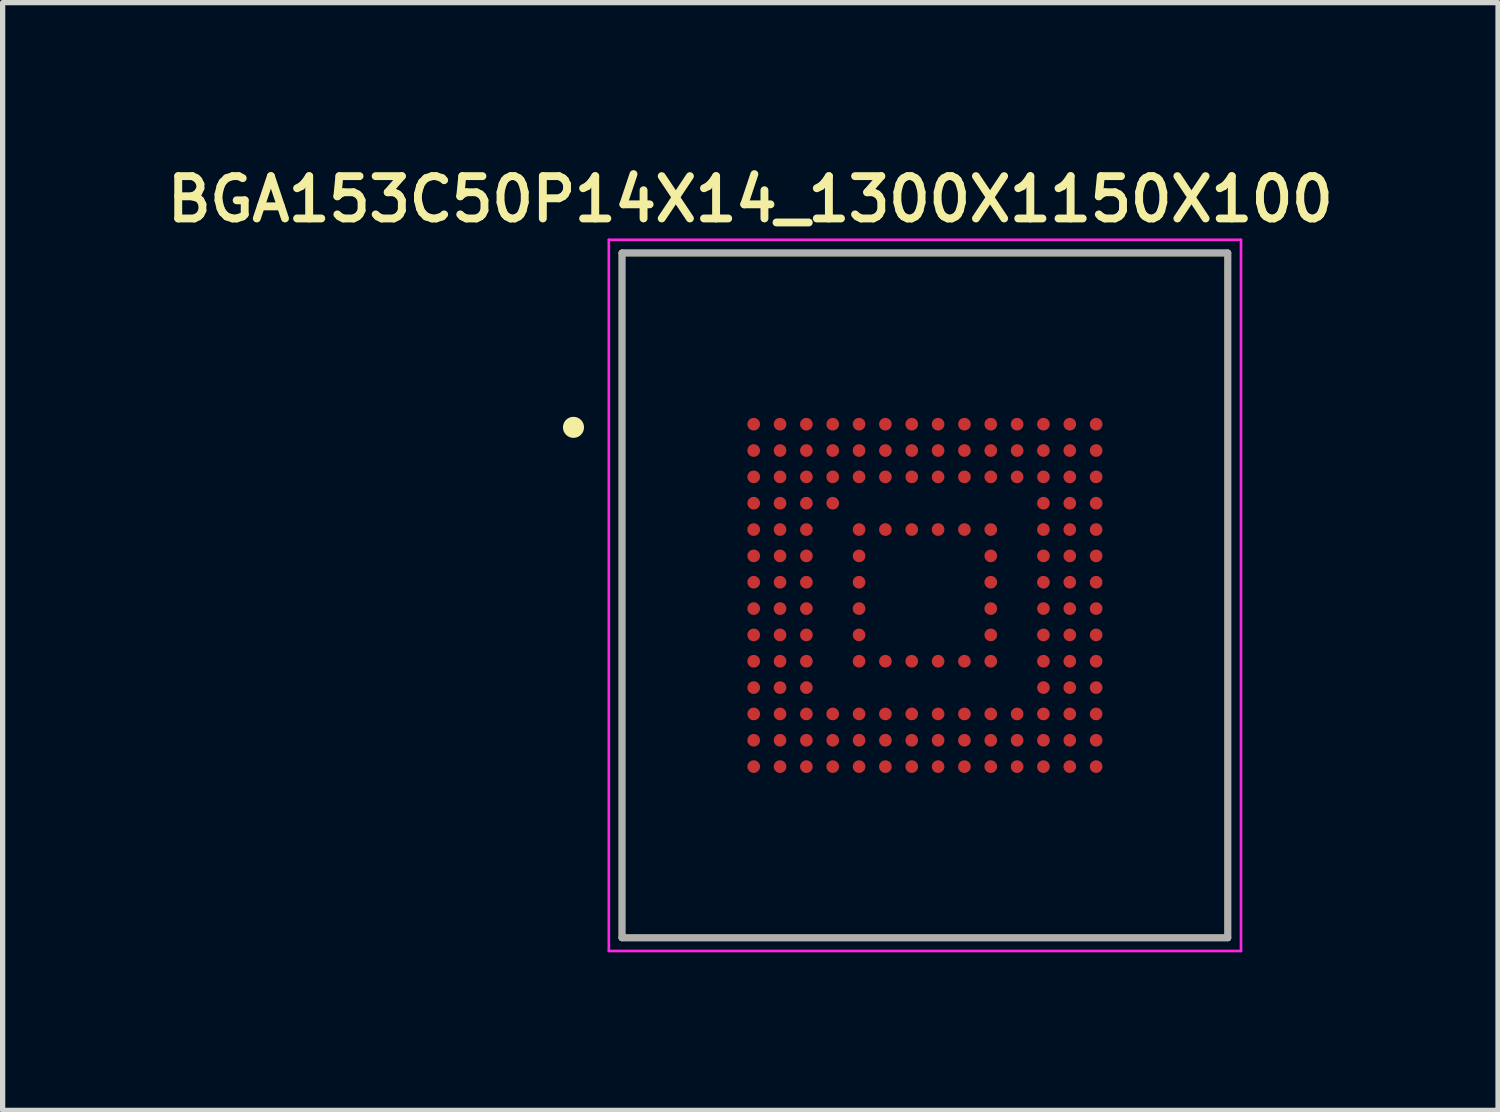
<source format=kicad_pcb>
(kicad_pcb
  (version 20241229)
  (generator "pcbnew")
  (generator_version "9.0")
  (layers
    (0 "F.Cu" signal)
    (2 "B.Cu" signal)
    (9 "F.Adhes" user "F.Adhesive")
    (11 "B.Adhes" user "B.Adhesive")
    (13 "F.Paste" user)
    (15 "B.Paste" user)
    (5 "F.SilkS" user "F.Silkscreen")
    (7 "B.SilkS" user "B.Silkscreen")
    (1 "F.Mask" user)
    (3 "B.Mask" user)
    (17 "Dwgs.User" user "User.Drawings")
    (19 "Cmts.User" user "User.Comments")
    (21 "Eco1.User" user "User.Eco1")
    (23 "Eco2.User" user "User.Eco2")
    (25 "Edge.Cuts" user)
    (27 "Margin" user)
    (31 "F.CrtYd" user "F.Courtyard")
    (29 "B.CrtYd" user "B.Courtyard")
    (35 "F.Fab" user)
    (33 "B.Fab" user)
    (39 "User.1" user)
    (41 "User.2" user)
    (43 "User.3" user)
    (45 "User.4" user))
  (footprint "BGA153C50P14X14_1300X1150X100"
    (layer "F.Cu")
    (at 14.507 8.252)
    (property "Reference" "BGA153C50P14X14_1300X1150X100" (at -3.314 -7.519 0) (layer "F.SilkS") (effects (font (size 0.803 0.803) (thickness 0.15))))
    (attr through_hole)
    (fp_line (start -5.75 -6.5) (end -5.75 6.5) (stroke (width 0.127) (type solid)) (layer "F.SilkS"))
    (fp_line (start -5.75 6.5) (end 5.75 6.5) (stroke (width 0.127) (type solid)) (layer "F.SilkS"))
    (fp_line (start 5.75 -6.5) (end -5.75 -6.5) (stroke (width 0.127) (type solid)) (layer "F.SilkS"))
    (fp_line (start 5.75 6.5) (end 5.75 -6.5) (stroke (width 0.127) (type solid)) (layer "F.SilkS"))
    (fp_circle (center -6.671 -3.19) (end -6.571 -3.19) (stroke (width 0.2) (type solid)) (fill no) (layer "F.SilkS"))
    (fp_line (start -6 -6.75) (end -6 6.75) (stroke (width 0.05) (type solid)) (layer "F.CrtYd"))
    (fp_line (start -6 6.75) (end 6 6.75) (stroke (width 0.05) (type solid)) (layer "F.CrtYd"))
    (fp_line (start 6 -6.75) (end -6 -6.75) (stroke (width 0.05) (type solid)) (layer "F.CrtYd"))
    (fp_line (start 6 6.75) (end 6 -6.75) (stroke (width 0.05) (type solid)) (layer "F.CrtYd"))
    (fp_line (start -5.75 -6.5) (end -5.75 6.5) (stroke (width 0.127) (type solid)) (layer "F.Fab"))
    (fp_line (start -5.75 6.5) (end 5.75 6.5) (stroke (width 0.127) (type solid)) (layer "F.Fab"))
    (fp_line (start 5.75 -6.5) (end -5.75 -6.5) (stroke (width 0.127) (type solid)) (layer "F.Fab"))
    (fp_line (start 5.75 6.5) (end 5.75 -6.5) (stroke (width 0.127) (type solid)) (layer "F.Fab"))
    (pad "A1" smd circle (at -3.25 -3.25) (size 0.24 0.24) (layers "F.Cu" "F.Mask" "F.Paste"))
    (pad "A2" smd circle (at -2.75 -3.25) (size 0.24 0.24) (layers "F.Cu" "F.Mask" "F.Paste"))
    (pad "A3" smd circle (at -2.25 -3.25) (size 0.24 0.24) (layers "F.Cu" "F.Mask" "F.Paste"))
    (pad "A4" smd circle (at -1.75 -3.25) (size 0.24 0.24) (layers "F.Cu" "F.Mask" "F.Paste"))
    (pad "A5" smd circle (at -1.25 -3.25) (size 0.24 0.24) (layers "F.Cu" "F.Mask" "F.Paste"))
    (pad "A6" smd circle (at -0.75 -3.25) (size 0.24 0.24) (layers "F.Cu" "F.Mask" "F.Paste"))
    (pad "A7" smd circle (at -0.25 -3.25) (size 0.24 0.24) (layers "F.Cu" "F.Mask" "F.Paste"))
    (pad "A8" smd circle (at 0.25 -3.25) (size 0.24 0.24) (layers "F.Cu" "F.Mask" "F.Paste"))
    (pad "A9" smd circle (at 0.75 -3.25) (size 0.24 0.24) (layers "F.Cu" "F.Mask" "F.Paste"))
    (pad "A10" smd circle (at 1.25 -3.25) (size 0.24 0.24) (layers "F.Cu" "F.Mask" "F.Paste"))
    (pad "A11" smd circle (at 1.75 -3.25) (size 0.24 0.24) (layers "F.Cu" "F.Mask" "F.Paste"))
    (pad "A12" smd circle (at 2.25 -3.25) (size 0.24 0.24) (layers "F.Cu" "F.Mask" "F.Paste"))
    (pad "A13" smd circle (at 2.75 -3.25) (size 0.24 0.24) (layers "F.Cu" "F.Mask" "F.Paste"))
    (pad "A14" smd circle (at 3.25 -3.25) (size 0.24 0.24) (layers "F.Cu" "F.Mask" "F.Paste"))
    (pad "B1" smd circle (at -3.25 -2.75) (size 0.24 0.24) (layers "F.Cu" "F.Mask" "F.Paste"))
    (pad "B2" smd circle (at -2.75 -2.75) (size 0.24 0.24) (layers "F.Cu" "F.Mask" "F.Paste"))
    (pad "B3" smd circle (at -2.25 -2.75) (size 0.24 0.24) (layers "F.Cu" "F.Mask" "F.Paste"))
    (pad "B4" smd circle (at -1.75 -2.75) (size 0.24 0.24) (layers "F.Cu" "F.Mask" "F.Paste"))
    (pad "B5" smd circle (at -1.25 -2.75) (size 0.24 0.24) (layers "F.Cu" "F.Mask" "F.Paste"))
    (pad "B6" smd circle (at -0.75 -2.75) (size 0.24 0.24) (layers "F.Cu" "F.Mask" "F.Paste"))
    (pad "B7" smd circle (at -0.25 -2.75) (size 0.24 0.24) (layers "F.Cu" "F.Mask" "F.Paste"))
    (pad "B8" smd circle (at 0.25 -2.75) (size 0.24 0.24) (layers "F.Cu" "F.Mask" "F.Paste"))
    (pad "B9" smd circle (at 0.75 -2.75) (size 0.24 0.24) (layers "F.Cu" "F.Mask" "F.Paste"))
    (pad "B10" smd circle (at 1.25 -2.75) (size 0.24 0.24) (layers "F.Cu" "F.Mask" "F.Paste"))
    (pad "B11" smd circle (at 1.75 -2.75) (size 0.24 0.24) (layers "F.Cu" "F.Mask" "F.Paste"))
    (pad "B12" smd circle (at 2.25 -2.75) (size 0.24 0.24) (layers "F.Cu" "F.Mask" "F.Paste"))
    (pad "B13" smd circle (at 2.75 -2.75) (size 0.24 0.24) (layers "F.Cu" "F.Mask" "F.Paste"))
    (pad "B14" smd circle (at 3.25 -2.75) (size 0.24 0.24) (layers "F.Cu" "F.Mask" "F.Paste"))
    (pad "C1" smd circle (at -3.25 -2.25) (size 0.24 0.24) (layers "F.Cu" "F.Mask" "F.Paste"))
    (pad "C2" smd circle (at -2.75 -2.25) (size 0.24 0.24) (layers "F.Cu" "F.Mask" "F.Paste"))
    (pad "C3" smd circle (at -2.25 -2.25) (size 0.24 0.24) (layers "F.Cu" "F.Mask" "F.Paste"))
    (pad "C4" smd circle (at -1.75 -2.25) (size 0.24 0.24) (layers "F.Cu" "F.Mask" "F.Paste"))
    (pad "C5" smd circle (at -1.25 -2.25) (size 0.24 0.24) (layers "F.Cu" "F.Mask" "F.Paste"))
    (pad "C6" smd circle (at -0.75 -2.25) (size 0.24 0.24) (layers "F.Cu" "F.Mask" "F.Paste"))
    (pad "C7" smd circle (at -0.25 -2.25) (size 0.24 0.24) (layers "F.Cu" "F.Mask" "F.Paste"))
    (pad "C8" smd circle (at 0.25 -2.25) (size 0.24 0.24) (layers "F.Cu" "F.Mask" "F.Paste"))
    (pad "C9" smd circle (at 0.75 -2.25) (size 0.24 0.24) (layers "F.Cu" "F.Mask" "F.Paste"))
    (pad "C10" smd circle (at 1.25 -2.25) (size 0.24 0.24) (layers "F.Cu" "F.Mask" "F.Paste"))
    (pad "C11" smd circle (at 1.75 -2.25) (size 0.24 0.24) (layers "F.Cu" "F.Mask" "F.Paste"))
    (pad "C12" smd circle (at 2.25 -2.25) (size 0.24 0.24) (layers "F.Cu" "F.Mask" "F.Paste"))
    (pad "C13" smd circle (at 2.75 -2.25) (size 0.24 0.24) (layers "F.Cu" "F.Mask" "F.Paste"))
    (pad "C14" smd circle (at 3.25 -2.25) (size 0.24 0.24) (layers "F.Cu" "F.Mask" "F.Paste"))
    (pad "D1" smd circle (at -3.25 -1.75) (size 0.24 0.24) (layers "F.Cu" "F.Mask" "F.Paste"))
    (pad "D2" smd circle (at -2.75 -1.75) (size 0.24 0.24) (layers "F.Cu" "F.Mask" "F.Paste"))
    (pad "D3" smd circle (at -2.25 -1.75) (size 0.24 0.24) (layers "F.Cu" "F.Mask" "F.Paste"))
    (pad "D4" smd circle (at -1.75 -1.75) (size 0.24 0.24) (layers "F.Cu" "F.Mask" "F.Paste"))
    (pad "D12" smd circle (at 2.25 -1.75) (size 0.24 0.24) (layers "F.Cu" "F.Mask" "F.Paste"))
    (pad "D13" smd circle (at 2.75 -1.75) (size 0.24 0.24) (layers "F.Cu" "F.Mask" "F.Paste"))
    (pad "D14" smd circle (at 3.25 -1.75) (size 0.24 0.24) (layers "F.Cu" "F.Mask" "F.Paste"))
    (pad "E1" smd circle (at -3.25 -1.25) (size 0.24 0.24) (layers "F.Cu" "F.Mask" "F.Paste"))
    (pad "E2" smd circle (at -2.75 -1.25) (size 0.24 0.24) (layers "F.Cu" "F.Mask" "F.Paste"))
    (pad "E3" smd circle (at -2.25 -1.25) (size 0.24 0.24) (layers "F.Cu" "F.Mask" "F.Paste"))
    (pad "E5" smd circle (at -1.25 -1.25) (size 0.24 0.24) (layers "F.Cu" "F.Mask" "F.Paste"))
    (pad "E6" smd circle (at -0.75 -1.25) (size 0.24 0.24) (layers "F.Cu" "F.Mask" "F.Paste"))
    (pad "E7" smd circle (at -0.25 -1.25) (size 0.24 0.24) (layers "F.Cu" "F.Mask" "F.Paste"))
    (pad "E8" smd circle (at 0.25 -1.25) (size 0.24 0.24) (layers "F.Cu" "F.Mask" "F.Paste"))
    (pad "E9" smd circle (at 0.75 -1.25) (size 0.24 0.24) (layers "F.Cu" "F.Mask" "F.Paste"))
    (pad "E10" smd circle (at 1.25 -1.25) (size 0.24 0.24) (layers "F.Cu" "F.Mask" "F.Paste"))
    (pad "E12" smd circle (at 2.25 -1.25) (size 0.24 0.24) (layers "F.Cu" "F.Mask" "F.Paste"))
    (pad "E13" smd circle (at 2.75 -1.25) (size 0.24 0.24) (layers "F.Cu" "F.Mask" "F.Paste"))
    (pad "E14" smd circle (at 3.25 -1.25) (size 0.24 0.24) (layers "F.Cu" "F.Mask" "F.Paste"))
    (pad "F1" smd circle (at -3.25 -0.75) (size 0.24 0.24) (layers "F.Cu" "F.Mask" "F.Paste"))
    (pad "F2" smd circle (at -2.75 -0.75) (size 0.24 0.24) (layers "F.Cu" "F.Mask" "F.Paste"))
    (pad "F3" smd circle (at -2.25 -0.75) (size 0.24 0.24) (layers "F.Cu" "F.Mask" "F.Paste"))
    (pad "F5" smd circle (at -1.25 -0.75) (size 0.24 0.24) (layers "F.Cu" "F.Mask" "F.Paste"))
    (pad "F10" smd circle (at 1.25 -0.75) (size 0.24 0.24) (layers "F.Cu" "F.Mask" "F.Paste"))
    (pad "F12" smd circle (at 2.25 -0.75) (size 0.24 0.24) (layers "F.Cu" "F.Mask" "F.Paste"))
    (pad "F13" smd circle (at 2.75 -0.75) (size 0.24 0.24) (layers "F.Cu" "F.Mask" "F.Paste"))
    (pad "F14" smd circle (at 3.25 -0.75) (size 0.24 0.24) (layers "F.Cu" "F.Mask" "F.Paste"))
    (pad "G1" smd circle (at -3.25 -0.25) (size 0.24 0.24) (layers "F.Cu" "F.Mask" "F.Paste"))
    (pad "G2" smd circle (at -2.75 -0.25) (size 0.24 0.24) (layers "F.Cu" "F.Mask" "F.Paste"))
    (pad "G3" smd circle (at -2.25 -0.25) (size 0.24 0.24) (layers "F.Cu" "F.Mask" "F.Paste"))
    (pad "G5" smd circle (at -1.25 -0.25) (size 0.24 0.24) (layers "F.Cu" "F.Mask" "F.Paste"))
    (pad "G10" smd circle (at 1.25 -0.25) (size 0.24 0.24) (layers "F.Cu" "F.Mask" "F.Paste"))
    (pad "G12" smd circle (at 2.25 -0.25) (size 0.24 0.24) (layers "F.Cu" "F.Mask" "F.Paste"))
    (pad "G13" smd circle (at 2.75 -0.25) (size 0.24 0.24) (layers "F.Cu" "F.Mask" "F.Paste"))
    (pad "G14" smd circle (at 3.25 -0.25) (size 0.24 0.24) (layers "F.Cu" "F.Mask" "F.Paste"))
    (pad "H1" smd circle (at -3.25 0.25) (size 0.24 0.24) (layers "F.Cu" "F.Mask" "F.Paste"))
    (pad "H2" smd circle (at -2.75 0.25) (size 0.24 0.24) (layers "F.Cu" "F.Mask" "F.Paste"))
    (pad "H3" smd circle (at -2.25 0.25) (size 0.24 0.24) (layers "F.Cu" "F.Mask" "F.Paste"))
    (pad "H5" smd circle (at -1.25 0.25) (size 0.24 0.24) (layers "F.Cu" "F.Mask" "F.Paste"))
    (pad "H10" smd circle (at 1.25 0.25) (size 0.24 0.24) (layers "F.Cu" "F.Mask" "F.Paste"))
    (pad "H12" smd circle (at 2.25 0.25) (size 0.24 0.24) (layers "F.Cu" "F.Mask" "F.Paste"))
    (pad "H13" smd circle (at 2.75 0.25) (size 0.24 0.24) (layers "F.Cu" "F.Mask" "F.Paste"))
    (pad "H14" smd circle (at 3.25 0.25) (size 0.24 0.24) (layers "F.Cu" "F.Mask" "F.Paste"))
    (pad "J1" smd circle (at -3.25 0.75) (size 0.24 0.24) (layers "F.Cu" "F.Mask" "F.Paste"))
    (pad "J2" smd circle (at -2.75 0.75) (size 0.24 0.24) (layers "F.Cu" "F.Mask" "F.Paste"))
    (pad "J3" smd circle (at -2.25 0.75) (size 0.24 0.24) (layers "F.Cu" "F.Mask" "F.Paste"))
    (pad "J5" smd circle (at -1.25 0.75) (size 0.24 0.24) (layers "F.Cu" "F.Mask" "F.Paste"))
    (pad "J10" smd circle (at 1.25 0.75) (size 0.24 0.24) (layers "F.Cu" "F.Mask" "F.Paste"))
    (pad "J12" smd circle (at 2.25 0.75) (size 0.24 0.24) (layers "F.Cu" "F.Mask" "F.Paste"))
    (pad "J13" smd circle (at 2.75 0.75) (size 0.24 0.24) (layers "F.Cu" "F.Mask" "F.Paste"))
    (pad "J14" smd circle (at 3.25 0.75) (size 0.24 0.24) (layers "F.Cu" "F.Mask" "F.Paste"))
    (pad "K1" smd circle (at -3.25 1.25) (size 0.24 0.24) (layers "F.Cu" "F.Mask" "F.Paste"))
    (pad "K2" smd circle (at -2.75 1.25) (size 0.24 0.24) (layers "F.Cu" "F.Mask" "F.Paste"))
    (pad "K3" smd circle (at -2.25 1.25) (size 0.24 0.24) (layers "F.Cu" "F.Mask" "F.Paste"))
    (pad "K5" smd circle (at -1.25 1.25) (size 0.24 0.24) (layers "F.Cu" "F.Mask" "F.Paste"))
    (pad "K6" smd circle (at -0.75 1.25) (size 0.24 0.24) (layers "F.Cu" "F.Mask" "F.Paste"))
    (pad "K7" smd circle (at -0.25 1.25) (size 0.24 0.24) (layers "F.Cu" "F.Mask" "F.Paste"))
    (pad "K8" smd circle (at 0.25 1.25) (size 0.24 0.24) (layers "F.Cu" "F.Mask" "F.Paste"))
    (pad "K9" smd circle (at 0.75 1.25) (size 0.24 0.24) (layers "F.Cu" "F.Mask" "F.Paste"))
    (pad "K10" smd circle (at 1.25 1.25) (size 0.24 0.24) (layers "F.Cu" "F.Mask" "F.Paste"))
    (pad "K12" smd circle (at 2.25 1.25) (size 0.24 0.24) (layers "F.Cu" "F.Mask" "F.Paste"))
    (pad "K13" smd circle (at 2.75 1.25) (size 0.24 0.24) (layers "F.Cu" "F.Mask" "F.Paste"))
    (pad "K14" smd circle (at 3.25 1.25) (size 0.24 0.24) (layers "F.Cu" "F.Mask" "F.Paste"))
    (pad "L1" smd circle (at -3.25 1.75) (size 0.24 0.24) (layers "F.Cu" "F.Mask" "F.Paste"))
    (pad "L2" smd circle (at -2.75 1.75) (size 0.24 0.24) (layers "F.Cu" "F.Mask" "F.Paste"))
    (pad "L3" smd circle (at -2.25 1.75) (size 0.24 0.24) (layers "F.Cu" "F.Mask" "F.Paste"))
    (pad "L12" smd circle (at 2.25 1.75) (size 0.24 0.24) (layers "F.Cu" "F.Mask" "F.Paste"))
    (pad "L13" smd circle (at 2.75 1.75) (size 0.24 0.24) (layers "F.Cu" "F.Mask" "F.Paste"))
    (pad "L14" smd circle (at 3.25 1.75) (size 0.24 0.24) (layers "F.Cu" "F.Mask" "F.Paste"))
    (pad "M1" smd circle (at -3.25 2.25) (size 0.24 0.24) (layers "F.Cu" "F.Mask" "F.Paste"))
    (pad "M2" smd circle (at -2.75 2.25) (size 0.24 0.24) (layers "F.Cu" "F.Mask" "F.Paste"))
    (pad "M3" smd circle (at -2.25 2.25) (size 0.24 0.24) (layers "F.Cu" "F.Mask" "F.Paste"))
    (pad "M4" smd circle (at -1.75 2.25) (size 0.24 0.24) (layers "F.Cu" "F.Mask" "F.Paste"))
    (pad "M5" smd circle (at -1.25 2.25) (size 0.24 0.24) (layers "F.Cu" "F.Mask" "F.Paste"))
    (pad "M6" smd circle (at -0.75 2.25) (size 0.24 0.24) (layers "F.Cu" "F.Mask" "F.Paste"))
    (pad "M7" smd circle (at -0.25 2.25) (size 0.24 0.24) (layers "F.Cu" "F.Mask" "F.Paste"))
    (pad "M8" smd circle (at 0.25 2.25) (size 0.24 0.24) (layers "F.Cu" "F.Mask" "F.Paste"))
    (pad "M9" smd circle (at 0.75 2.25) (size 0.24 0.24) (layers "F.Cu" "F.Mask" "F.Paste"))
    (pad "M10" smd circle (at 1.25 2.25) (size 0.24 0.24) (layers "F.Cu" "F.Mask" "F.Paste"))
    (pad "M11" smd circle (at 1.75 2.25) (size 0.24 0.24) (layers "F.Cu" "F.Mask" "F.Paste"))
    (pad "M12" smd circle (at 2.25 2.25) (size 0.24 0.24) (layers "F.Cu" "F.Mask" "F.Paste"))
    (pad "M13" smd circle (at 2.75 2.25) (size 0.24 0.24) (layers "F.Cu" "F.Mask" "F.Paste"))
    (pad "M14" smd circle (at 3.25 2.25) (size 0.24 0.24) (layers "F.Cu" "F.Mask" "F.Paste"))
    (pad "N1" smd circle (at -3.25 2.75) (size 0.24 0.24) (layers "F.Cu" "F.Mask" "F.Paste"))
    (pad "N2" smd circle (at -2.75 2.75) (size 0.24 0.24) (layers "F.Cu" "F.Mask" "F.Paste"))
    (pad "N3" smd circle (at -2.25 2.75) (size 0.24 0.24) (layers "F.Cu" "F.Mask" "F.Paste"))
    (pad "N4" smd circle (at -1.75 2.75) (size 0.24 0.24) (layers "F.Cu" "F.Mask" "F.Paste"))
    (pad "N5" smd circle (at -1.25 2.75) (size 0.24 0.24) (layers "F.Cu" "F.Mask" "F.Paste"))
    (pad "N6" smd circle (at -0.75 2.75) (size 0.24 0.24) (layers "F.Cu" "F.Mask" "F.Paste"))
    (pad "N7" smd circle (at -0.25 2.75) (size 0.24 0.24) (layers "F.Cu" "F.Mask" "F.Paste"))
    (pad "N8" smd circle (at 0.25 2.75) (size 0.24 0.24) (layers "F.Cu" "F.Mask" "F.Paste"))
    (pad "N9" smd circle (at 0.75 2.75) (size 0.24 0.24) (layers "F.Cu" "F.Mask" "F.Paste"))
    (pad "N10" smd circle (at 1.25 2.75) (size 0.24 0.24) (layers "F.Cu" "F.Mask" "F.Paste"))
    (pad "N11" smd circle (at 1.75 2.75) (size 0.24 0.24) (layers "F.Cu" "F.Mask" "F.Paste"))
    (pad "N12" smd circle (at 2.25 2.75) (size 0.24 0.24) (layers "F.Cu" "F.Mask" "F.Paste"))
    (pad "N13" smd circle (at 2.75 2.75) (size 0.24 0.24) (layers "F.Cu" "F.Mask" "F.Paste"))
    (pad "N14" smd circle (at 3.25 2.75) (size 0.24 0.24) (layers "F.Cu" "F.Mask" "F.Paste"))
    (pad "P1" smd circle (at -3.25 3.25) (size 0.24 0.24) (layers "F.Cu" "F.Mask" "F.Paste"))
    (pad "P2" smd circle (at -2.75 3.25) (size 0.24 0.24) (layers "F.Cu" "F.Mask" "F.Paste"))
    (pad "P3" smd circle (at -2.25 3.25) (size 0.24 0.24) (layers "F.Cu" "F.Mask" "F.Paste"))
    (pad "P4" smd circle (at -1.75 3.25) (size 0.24 0.24) (layers "F.Cu" "F.Mask" "F.Paste"))
    (pad "P5" smd circle (at -1.25 3.25) (size 0.24 0.24) (layers "F.Cu" "F.Mask" "F.Paste"))
    (pad "P6" smd circle (at -0.75 3.25) (size 0.24 0.24) (layers "F.Cu" "F.Mask" "F.Paste"))
    (pad "P7" smd circle (at -0.25 3.25) (size 0.24 0.24) (layers "F.Cu" "F.Mask" "F.Paste"))
    (pad "P8" smd circle (at 0.25 3.25) (size 0.24 0.24) (layers "F.Cu" "F.Mask" "F.Paste"))
    (pad "P9" smd circle (at 0.75 3.25) (size 0.24 0.24) (layers "F.Cu" "F.Mask" "F.Paste"))
    (pad "P10" smd circle (at 1.25 3.25) (size 0.24 0.24) (layers "F.Cu" "F.Mask" "F.Paste"))
    (pad "P11" smd circle (at 1.75 3.25) (size 0.24 0.24) (layers "F.Cu" "F.Mask" "F.Paste"))
    (pad "P12" smd circle (at 2.25 3.25) (size 0.24 0.24) (layers "F.Cu" "F.Mask" "F.Paste"))
    (pad "P13" smd circle (at 2.75 3.25) (size 0.24 0.24) (layers "F.Cu" "F.Mask" "F.Paste"))
    (pad "P14" smd circle (at 3.25 3.25) (size 0.24 0.24) (layers "F.Cu" "F.Mask" "F.Paste")))
  (gr_rect
    (start -3 -3)
    (end 25.386 18.027)
    (stroke (width 0.1) (type default))
    (fill no)
    (layer "Edge.Cuts")))
</source>
